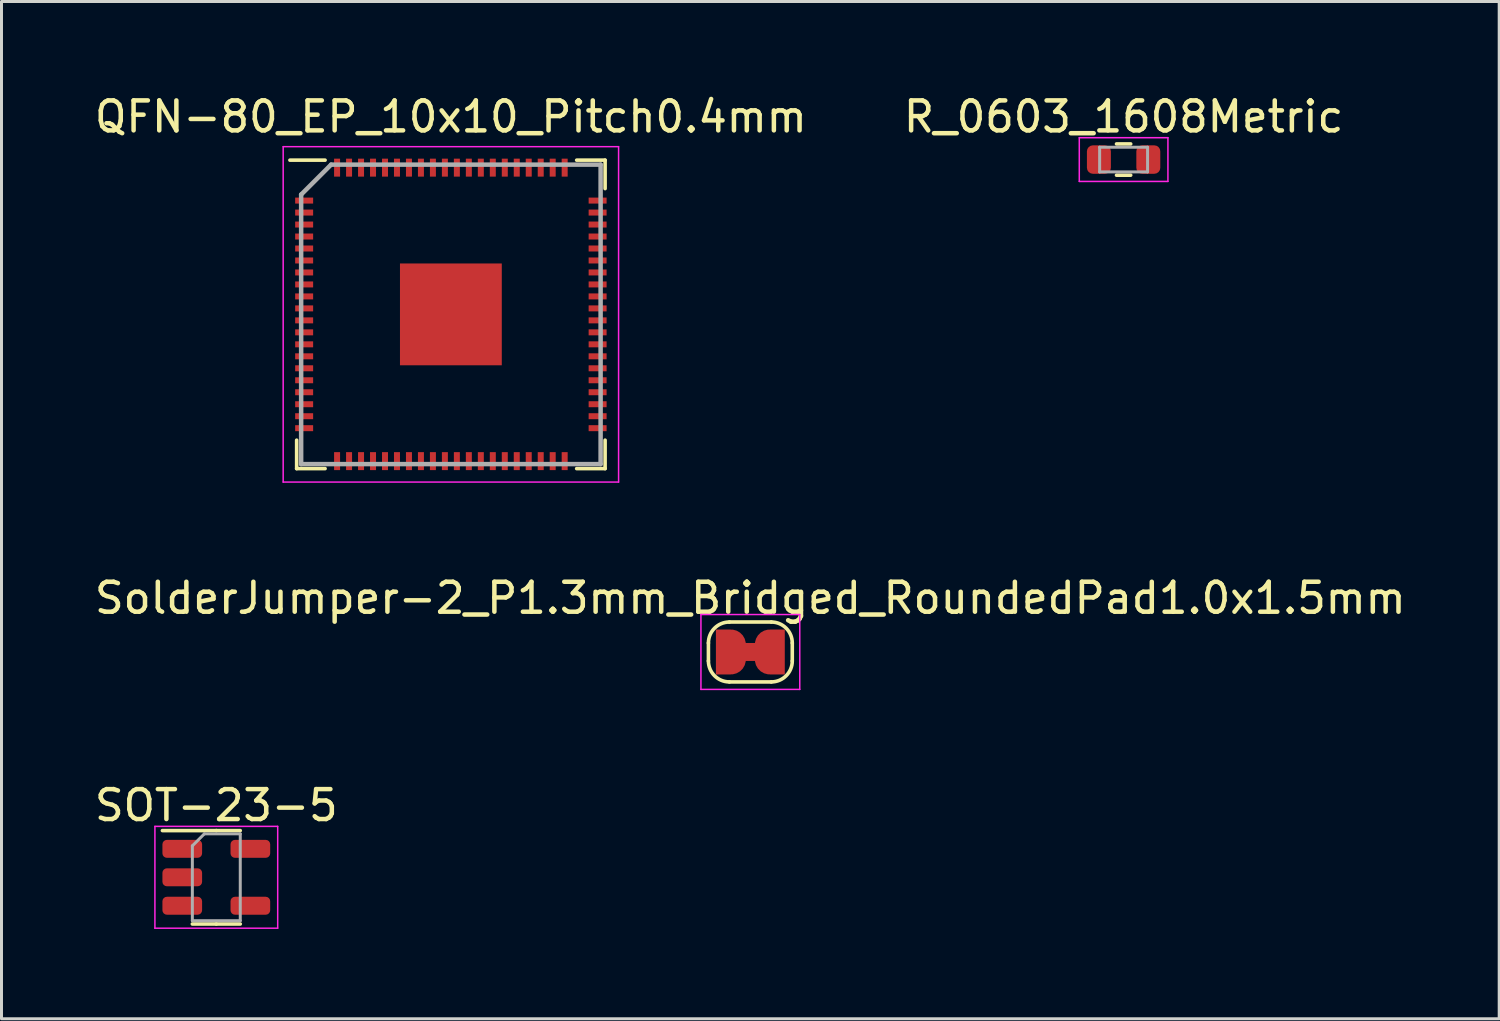
<source format=kicad_pcb>
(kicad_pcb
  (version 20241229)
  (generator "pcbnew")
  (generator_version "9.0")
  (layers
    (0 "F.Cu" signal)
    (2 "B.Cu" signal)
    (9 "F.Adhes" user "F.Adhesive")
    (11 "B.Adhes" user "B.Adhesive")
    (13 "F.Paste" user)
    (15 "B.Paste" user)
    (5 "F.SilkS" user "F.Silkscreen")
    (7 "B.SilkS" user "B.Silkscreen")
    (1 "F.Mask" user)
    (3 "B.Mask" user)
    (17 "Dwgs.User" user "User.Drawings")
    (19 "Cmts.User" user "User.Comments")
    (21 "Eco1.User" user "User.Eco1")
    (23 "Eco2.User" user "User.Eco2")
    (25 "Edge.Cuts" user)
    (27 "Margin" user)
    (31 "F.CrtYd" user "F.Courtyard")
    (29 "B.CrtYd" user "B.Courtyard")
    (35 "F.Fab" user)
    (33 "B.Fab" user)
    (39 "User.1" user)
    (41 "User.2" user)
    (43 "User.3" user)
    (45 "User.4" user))
  (footprint "R_0603_1608Metric"
    (layer "F.Cu")
    (at 34.47 2.278)
    (property "Reference" "R_0603_1608Metric" (at 0 -1.43 180) (layer "F.SilkS") (effects (font (size 1 1) (thickness 0.15))))
    (attr smd)
    (fp_line (start -0.237 -0.522) (end 0.237 -0.522) (stroke (width 0.12) (type solid)) (layer "F.SilkS"))
    (fp_line (start -0.237 0.522) (end 0.237 0.522) (stroke (width 0.12) (type solid)) (layer "F.SilkS"))
    (fp_line (start -1.48 -0.73) (end 1.48 -0.73) (stroke (width 0.05) (type solid)) (layer "F.CrtYd"))
    (fp_line (start -1.48 0.73) (end -1.48 -0.73) (stroke (width 0.05) (type solid)) (layer "F.CrtYd"))
    (fp_line (start 1.48 -0.73) (end 1.48 0.73) (stroke (width 0.05) (type solid)) (layer "F.CrtYd"))
    (fp_line (start 1.48 0.73) (end -1.48 0.73) (stroke (width 0.05) (type solid)) (layer "F.CrtYd"))
    (fp_line (start -0.8 -0.412) (end 0.8 -0.412) (stroke (width 0.1) (type solid)) (layer "F.Fab"))
    (fp_line (start -0.8 0.412) (end -0.8 -0.412) (stroke (width 0.1) (type solid)) (layer "F.Fab"))
    (fp_line (start 0.8 -0.412) (end 0.8 0.412) (stroke (width 0.1) (type solid)) (layer "F.Fab"))
    (fp_line (start 0.8 0.412) (end -0.8 0.412) (stroke (width 0.1) (type solid)) (layer "F.Fab"))
    (pad "1" smd roundrect (at -0.825 0) (size 0.8 0.95) (layers "F.Cu" "F.Mask" "F.Paste") (roundrect_rratio 0.25))
    (pad "2" smd roundrect (at 0.825 0) (size 0.8 0.95) (layers "F.Cu" "F.Mask" "F.Paste") (roundrect_rratio 0.25)))
  (footprint "SolderJumper-2_P1.3mm_Bridged_RoundedPad1.0x1.5mm"
    (layer "F.Cu")
    (at 22.006 18.721)
    (property "Reference" "SolderJumper-2_P1.3mm_Bridged_RoundedPad1.0x1.5mm" (at 0 -1.8 0) (layer "F.SilkS") (effects (font (size 1 1) (thickness 0.15))))
    (attr exclude_from_pos_files exclude_from_bom)
    (fp_poly (pts (xy 0.25 -0.3) (xy -0.25 -0.3) (xy -0.25 0.3) (xy 0.25 0.3)) (stroke (width 0) (type solid)) (fill yes) (layer "F.Cu"))
    (fp_line (start -1.4 0.3) (end -1.4 -0.3) (stroke (width 0.12) (type solid)) (layer "F.SilkS"))
    (fp_line (start -0.7 -1) (end 0.7 -1) (stroke (width 0.12) (type solid)) (layer "F.SilkS"))
    (fp_line (start 0.7 1) (end -0.7 1) (stroke (width 0.12) (type solid)) (layer "F.SilkS"))
    (fp_line (start 1.4 -0.3) (end 1.4 0.3) (stroke (width 0.12) (type solid)) (layer "F.SilkS"))
    (fp_arc (start -1.4 -0.3) (mid -1.194975 -0.794975) (end -0.7 -1) (stroke (width 0.12) (type solid)) (layer "F.SilkS"))
    (fp_arc (start -0.7 1) (mid -1.194975 0.794975) (end -1.4 0.3) (stroke (width 0.12) (type solid)) (layer "F.SilkS"))
    (fp_arc (start 0.7 -1) (mid 1.194975 -0.794975) (end 1.4 -0.3) (stroke (width 0.12) (type solid)) (layer "F.SilkS"))
    (fp_arc (start 1.4 0.3) (mid 1.194975 0.794975) (end 0.7 1) (stroke (width 0.12) (type solid)) (layer "F.SilkS"))
    (fp_line (start -1.65 -1.25) (end -1.65 1.25) (stroke (width 0.05) (type solid)) (layer "F.CrtYd"))
    (fp_line (start -1.65 -1.25) (end 1.65 -1.25) (stroke (width 0.05) (type solid)) (layer "F.CrtYd"))
    (fp_line (start 1.65 1.25) (end -1.65 1.25) (stroke (width 0.05) (type solid)) (layer "F.CrtYd"))
    (fp_line (start 1.65 1.25) (end 1.65 -1.25) (stroke (width 0.05) (type solid)) (layer "F.CrtYd"))
    (pad "1" smd custom (at -0.65 0 180) (size 1 0.5) (layers "F.Cu" "F.Mask") (options (anchor rect)) (primitives (gr_circle (center 0 0.25) (end 0.5 0.25) (width 0) (fill yes)) (gr_circle (center 0 -0.25) (end 0.5 -0.25) (width 0) (fill yes)) (gr_poly (pts (xy 0.5 0.75) (xy 0 0.75) (xy 0 -0.75) (xy 0.5 -0.75)) (width 0) (fill yes))))
    (pad "2" smd custom (at 0.65 0 180) (size 1 0.5) (layers "F.Cu" "F.Mask") (options (anchor rect)) (primitives (gr_circle (center 0 0.25) (end 0.5 0.25) (width 0) (fill yes)) (gr_circle (center 0 -0.25) (end 0.5 -0.25) (width 0) (fill yes)) (gr_poly (pts (xy 0 0.75) (xy -0.5 0.75) (xy -0.5 -0.75) (xy 0 -0.75)) (width 0) (fill yes)))))
  (footprint "QFN-80_EP_10x10_Pitch0.4mm"
    (layer "F.Cu")
    (at 12.006 7.448)
    (property "Reference" "QFN-80_EP_10x10_Pitch0.4mm" (at 0 -6.6 0) (unlocked yes) (layer "F.SilkS") (effects (font (size 1 1) (thickness 0.15))))
    (attr smd)
    (fp_line (start -5.15 5.15) (end -5.15 4.2) (stroke (width 0.12) (type default)) (layer "F.SilkS"))
    (fp_line (start -4.2 -5.15) (end -5.375 -5.15) (stroke (width 0.12) (type default)) (layer "F.SilkS"))
    (fp_line (start -4.2 5.15) (end -5.15 5.15) (stroke (width 0.12) (type default)) (layer "F.SilkS"))
    (fp_line (start 4.2 -5.15) (end 5.15 -5.15) (stroke (width 0.12) (type default)) (layer "F.SilkS"))
    (fp_line (start 4.2 5.15) (end 5.15 5.15) (stroke (width 0.12) (type default)) (layer "F.SilkS"))
    (fp_line (start 5.15 -5.15) (end 5.15 -4.2) (stroke (width 0.12) (type default)) (layer "F.SilkS"))
    (fp_line (start 5.15 5.15) (end 5.15 4.2) (stroke (width 0.12) (type default)) (layer "F.SilkS"))
    (fp_line (start -5.6 -5.6) (end 5.6 -5.6) (stroke (width 0.05) (type default)) (layer "F.CrtYd"))
    (fp_line (start -5.6 5.6) (end -5.6 -5.6) (stroke (width 0.05) (type default)) (layer "F.CrtYd"))
    (fp_line (start 5.6 -5.6) (end 5.6 5.6) (stroke (width 0.05) (type default)) (layer "F.CrtYd"))
    (fp_line (start 5.6 5.6) (end -5.6 5.6) (stroke (width 0.05) (type default)) (layer "F.CrtYd"))
    (fp_line (start -5 -4) (end -5 5) (stroke (width 0.15) (type default)) (layer "F.Fab"))
    (fp_line (start -5 5) (end 5 5) (stroke (width 0.15) (type default)) (layer "F.Fab"))
    (fp_line (start -4 -5) (end -5 -4) (stroke (width 0.15) (type default)) (layer "F.Fab"))
    (fp_line (start 5 -5) (end -4 -5) (stroke (width 0.15) (type default)) (layer "F.Fab"))
    (fp_line (start 5 5) (end 5 -5) (stroke (width 0.15) (type default)) (layer "F.Fab"))
    (pad "" smd rect (at 0 0) (size 2.8 2.8) (layers "F.Paste"))
    (pad "1" smd rect (at -4.9 -3.8 90) (size 0.2 0.6) (layers "F.Cu" "F.Mask" "F.Paste"))
    (pad "2" smd rect (at -4.9 -3.4 90) (size 0.2 0.6) (layers "F.Cu" "F.Mask" "F.Paste"))
    (pad "3" smd rect (at -4.9 -3 90) (size 0.2 0.6) (layers "F.Cu" "F.Mask" "F.Paste"))
    (pad "4" smd rect (at -4.9 -2.6 90) (size 0.2 0.6) (layers "F.Cu" "F.Mask" "F.Paste"))
    (pad "5" smd rect (at -4.9 -2.2 90) (size 0.2 0.6) (layers "F.Cu" "F.Mask" "F.Paste"))
    (pad "6" smd rect (at -4.9 -1.8 90) (size 0.2 0.6) (layers "F.Cu" "F.Mask" "F.Paste"))
    (pad "7" smd rect (at -4.9 -1.4 90) (size 0.2 0.6) (layers "F.Cu" "F.Mask" "F.Paste"))
    (pad "8" smd rect (at -4.9 -1 90) (size 0.2 0.6) (layers "F.Cu" "F.Mask" "F.Paste"))
    (pad "9" smd rect (at -4.9 -0.6 90) (size 0.2 0.6) (layers "F.Cu" "F.Mask" "F.Paste"))
    (pad "10" smd rect (at -4.9 -0.2 90) (size 0.2 0.6) (layers "F.Cu" "F.Mask" "F.Paste"))
    (pad "11" smd rect (at -4.9 0.2 90) (size 0.2 0.6) (layers "F.Cu" "F.Mask" "F.Paste"))
    (pad "12" smd rect (at -4.9 0.6 90) (size 0.2 0.6) (layers "F.Cu" "F.Mask" "F.Paste"))
    (pad "13" smd rect (at -4.9 1 90) (size 0.2 0.6) (layers "F.Cu" "F.Mask" "F.Paste"))
    (pad "14" smd rect (at -4.9 1.4 90) (size 0.2 0.6) (layers "F.Cu" "F.Mask" "F.Paste"))
    (pad "15" smd rect (at -4.9 1.8 90) (size 0.2 0.6) (layers "F.Cu" "F.Mask" "F.Paste"))
    (pad "16" smd rect (at -4.9 2.2 90) (size 0.2 0.6) (layers "F.Cu" "F.Mask" "F.Paste"))
    (pad "17" smd rect (at -4.9 2.6 90) (size 0.2 0.6) (layers "F.Cu" "F.Mask" "F.Paste"))
    (pad "18" smd rect (at -4.9 3 90) (size 0.2 0.6) (layers "F.Cu" "F.Mask" "F.Paste"))
    (pad "19" smd rect (at -4.9 3.4 90) (size 0.2 0.6) (layers "F.Cu" "F.Mask" "F.Paste"))
    (pad "20" smd rect (at -4.9 3.8 90) (size 0.2 0.6) (layers "F.Cu" "F.Mask" "F.Paste"))
    (pad "21" smd rect (at -3.8 4.9) (size 0.2 0.6) (layers "F.Cu" "F.Mask" "F.Paste"))
    (pad "22" smd rect (at -3.4 4.9) (size 0.2 0.6) (layers "F.Cu" "F.Mask" "F.Paste"))
    (pad "23" smd rect (at -3 4.9) (size 0.2 0.6) (layers "F.Cu" "F.Mask" "F.Paste"))
    (pad "24" smd rect (at -2.6 4.9) (size 0.2 0.6) (layers "F.Cu" "F.Mask" "F.Paste"))
    (pad "25" smd rect (at -2.2 4.9) (size 0.2 0.6) (layers "F.Cu" "F.Mask" "F.Paste"))
    (pad "26" smd rect (at -1.8 4.9) (size 0.2 0.6) (layers "F.Cu" "F.Mask" "F.Paste"))
    (pad "27" smd rect (at -1.4 4.9) (size 0.2 0.6) (layers "F.Cu" "F.Mask" "F.Paste"))
    (pad "28" smd rect (at -1 4.9) (size 0.2 0.6) (layers "F.Cu" "F.Mask" "F.Paste"))
    (pad "29" smd rect (at -0.6 4.9) (size 0.2 0.6) (layers "F.Cu" "F.Mask" "F.Paste"))
    (pad "30" smd rect (at -0.2 4.9) (size 0.2 0.6) (layers "F.Cu" "F.Mask" "F.Paste"))
    (pad "31" smd rect (at 0.2 4.9) (size 0.2 0.6) (layers "F.Cu" "F.Mask" "F.Paste"))
    (pad "32" smd rect (at 0.6 4.9) (size 0.2 0.6) (layers "F.Cu" "F.Mask" "F.Paste"))
    (pad "33" smd rect (at 1 4.9) (size 0.2 0.6) (layers "F.Cu" "F.Mask" "F.Paste"))
    (pad "34" smd rect (at 1.4 4.9) (size 0.2 0.6) (layers "F.Cu" "F.Mask" "F.Paste"))
    (pad "35" smd rect (at 1.8 4.9) (size 0.2 0.6) (layers "F.Cu" "F.Mask" "F.Paste"))
    (pad "36" smd rect (at 2.2 4.9) (size 0.2 0.6) (layers "F.Cu" "F.Mask" "F.Paste"))
    (pad "37" smd rect (at 2.6 4.9) (size 0.2 0.6) (layers "F.Cu" "F.Mask" "F.Paste"))
    (pad "38" smd rect (at 3 4.9) (size 0.2 0.6) (layers "F.Cu" "F.Mask" "F.Paste"))
    (pad "39" smd rect (at 3.4 4.9) (size 0.2 0.6) (layers "F.Cu" "F.Mask" "F.Paste"))
    (pad "40" smd rect (at 3.8 4.9) (size 0.2 0.6) (layers "F.Cu" "F.Mask" "F.Paste"))
    (pad "41" smd rect (at 4.9 3.8 90) (size 0.2 0.6) (layers "F.Cu" "F.Mask" "F.Paste"))
    (pad "42" smd rect (at 4.9 3.4 90) (size 0.2 0.6) (layers "F.Cu" "F.Mask" "F.Paste"))
    (pad "43" smd rect (at 4.9 3 90) (size 0.2 0.6) (layers "F.Cu" "F.Mask" "F.Paste"))
    (pad "44" smd rect (at 4.9 2.6 90) (size 0.2 0.6) (layers "F.Cu" "F.Mask" "F.Paste"))
    (pad "45" smd rect (at 4.9 2.2 90) (size 0.2 0.6) (layers "F.Cu" "F.Mask" "F.Paste"))
    (pad "46" smd rect (at 4.9 1.8 90) (size 0.2 0.6) (layers "F.Cu" "F.Mask" "F.Paste"))
    (pad "47" smd rect (at 4.9 1.4 90) (size 0.2 0.6) (layers "F.Cu" "F.Mask" "F.Paste"))
    (pad "48" smd rect (at 4.9 1 90) (size 0.2 0.6) (layers "F.Cu" "F.Mask" "F.Paste"))
    (pad "49" smd rect (at 4.9 0.6 90) (size 0.2 0.6) (layers "F.Cu" "F.Mask" "F.Paste"))
    (pad "50" smd rect (at 4.9 0.2 90) (size 0.2 0.6) (layers "F.Cu" "F.Mask" "F.Paste"))
    (pad "51" smd rect (at 4.9 -0.2 90) (size 0.2 0.6) (layers "F.Cu" "F.Mask" "F.Paste"))
    (pad "52" smd rect (at 4.9 -0.6 90) (size 0.2 0.6) (layers "F.Cu" "F.Mask" "F.Paste"))
    (pad "53" smd rect (at 4.9 -1 90) (size 0.2 0.6) (layers "F.Cu" "F.Mask" "F.Paste"))
    (pad "54" smd rect (at 4.9 -1.4 90) (size 0.2 0.6) (layers "F.Cu" "F.Mask" "F.Paste"))
    (pad "55" smd rect (at 4.9 -1.8 90) (size 0.2 0.6) (layers "F.Cu" "F.Mask" "F.Paste"))
    (pad "56" smd rect (at 4.9 -2.2 90) (size 0.2 0.6) (layers "F.Cu" "F.Mask" "F.Paste"))
    (pad "57" smd rect (at 4.9 -2.6 90) (size 0.2 0.6) (layers "F.Cu" "F.Mask" "F.Paste"))
    (pad "58" smd rect (at 4.9 -3 90) (size 0.2 0.6) (layers "F.Cu" "F.Mask" "F.Paste"))
    (pad "59" smd rect (at 4.9 -3.4 90) (size 0.2 0.6) (layers "F.Cu" "F.Mask" "F.Paste"))
    (pad "60" smd rect (at 4.9 -3.8 90) (size 0.2 0.6) (layers "F.Cu" "F.Mask" "F.Paste"))
    (pad "61" smd rect (at 3.8 -4.9) (size 0.2 0.6) (layers "F.Cu" "F.Mask" "F.Paste"))
    (pad "62" smd rect (at 3.4 -4.9) (size 0.2 0.6) (layers "F.Cu" "F.Mask" "F.Paste"))
    (pad "63" smd rect (at 3 -4.9) (size 0.2 0.6) (layers "F.Cu" "F.Mask" "F.Paste"))
    (pad "64" smd rect (at 2.6 -4.9) (size 0.2 0.6) (layers "F.Cu" "F.Mask" "F.Paste"))
    (pad "65" smd rect (at 2.2 -4.9) (size 0.2 0.6) (layers "F.Cu" "F.Mask" "F.Paste"))
    (pad "66" smd rect (at 1.8 -4.9) (size 0.2 0.6) (layers "F.Cu" "F.Mask" "F.Paste"))
    (pad "67" smd rect (at 1.4 -4.9) (size 0.2 0.6) (layers "F.Cu" "F.Mask" "F.Paste"))
    (pad "68" smd rect (at 1 -4.9) (size 0.2 0.6) (layers "F.Cu" "F.Mask" "F.Paste"))
    (pad "69" smd rect (at 0.6 -4.9) (size 0.2 0.6) (layers "F.Cu" "F.Mask" "F.Paste"))
    (pad "70" smd rect (at 0.2 -4.9) (size 0.2 0.6) (layers "F.Cu" "F.Mask" "F.Paste"))
    (pad "71" smd rect (at -0.2 -4.9) (size 0.2 0.6) (layers "F.Cu" "F.Mask" "F.Paste"))
    (pad "72" smd rect (at -0.6 -4.9) (size 0.2 0.6) (layers "F.Cu" "F.Mask" "F.Paste"))
    (pad "73" smd rect (at -1 -4.9) (size 0.2 0.6) (layers "F.Cu" "F.Mask" "F.Paste"))
    (pad "74" smd rect (at -1.4 -4.9) (size 0.2 0.6) (layers "F.Cu" "F.Mask" "F.Paste"))
    (pad "75" smd rect (at -1.8 -4.9) (size 0.2 0.6) (layers "F.Cu" "F.Mask" "F.Paste"))
    (pad "76" smd rect (at -2.2 -4.9) (size 0.2 0.6) (layers "F.Cu" "F.Mask" "F.Paste"))
    (pad "77" smd rect (at -2.6 -4.9) (size 0.2 0.6) (layers "F.Cu" "F.Mask" "F.Paste"))
    (pad "78" smd rect (at -3 -4.9) (size 0.2 0.6) (layers "F.Cu" "F.Mask" "F.Paste"))
    (pad "79" smd rect (at -3.4 -4.9) (size 0.2 0.6) (layers "F.Cu" "F.Mask" "F.Paste"))
    (pad "80" smd rect (at -3.8 -4.9) (size 0.2 0.6) (layers "F.Cu" "F.Mask" "F.Paste"))
    (pad "81" smd rect (at 0 0) (size 3.4 3.4) (layers "F.Cu" "F.Mask")))
  (footprint "SOT-23-5"
    (layer "F.Cu")
    (at 4.173 26.245)
    (property "Reference" "SOT-23-5" (at 0 -2.4 0) (layer "F.SilkS") (effects (font (size 1 1) (thickness 0.15))))
    (attr smd)
    (fp_line (start 0 -1.56) (end -1.8 -1.56) (stroke (width 0.12) (type solid)) (layer "F.SilkS"))
    (fp_line (start 0 -1.56) (end 0.8 -1.56) (stroke (width 0.12) (type solid)) (layer "F.SilkS"))
    (fp_line (start 0 1.56) (end -0.8 1.56) (stroke (width 0.12) (type solid)) (layer "F.SilkS"))
    (fp_line (start 0 1.56) (end 0.8 1.56) (stroke (width 0.12) (type solid)) (layer "F.SilkS"))
    (fp_line (start -2.05 -1.7) (end -2.05 1.7) (stroke (width 0.05) (type solid)) (layer "F.CrtYd"))
    (fp_line (start -2.05 1.7) (end 2.05 1.7) (stroke (width 0.05) (type solid)) (layer "F.CrtYd"))
    (fp_line (start 2.05 -1.7) (end -2.05 -1.7) (stroke (width 0.05) (type solid)) (layer "F.CrtYd"))
    (fp_line (start 2.05 1.7) (end 2.05 -1.7) (stroke (width 0.05) (type solid)) (layer "F.CrtYd"))
    (fp_line (start -0.8 -1.05) (end -0.4 -1.45) (stroke (width 0.1) (type solid)) (layer "F.Fab"))
    (fp_line (start -0.8 1.45) (end -0.8 -1.05) (stroke (width 0.1) (type solid)) (layer "F.Fab"))
    (fp_line (start -0.4 -1.45) (end 0.8 -1.45) (stroke (width 0.1) (type solid)) (layer "F.Fab"))
    (fp_line (start 0.8 -1.45) (end 0.8 1.45) (stroke (width 0.1) (type solid)) (layer "F.Fab"))
    (fp_line (start 0.8 1.45) (end -0.8 1.45) (stroke (width 0.1) (type solid)) (layer "F.Fab"))
    (pad "1" smd roundrect (at -1.137 -0.95) (size 1.325 0.6) (layers "F.Cu" "F.Mask" "F.Paste") (roundrect_rratio 0.25))
    (pad "2" smd roundrect (at -1.137 0) (size 1.325 0.6) (layers "F.Cu" "F.Mask" "F.Paste") (roundrect_rratio 0.25))
    (pad "3" smd roundrect (at -1.137 0.95) (size 1.325 0.6) (layers "F.Cu" "F.Mask" "F.Paste") (roundrect_rratio 0.25))
    (pad "4" smd roundrect (at 1.137 0.95) (size 1.325 0.6) (layers "F.Cu" "F.Mask" "F.Paste") (roundrect_rratio 0.25))
    (pad "5" smd roundrect (at 1.137 -0.95) (size 1.325 0.6) (layers "F.Cu" "F.Mask" "F.Paste") (roundrect_rratio 0.25)))
  (gr_rect
    (start -3 -3)
    (end 47.012 30.97)
    (stroke (width 0.1) (type default))
    (fill no)
    (layer "Edge.Cuts")))
</source>
